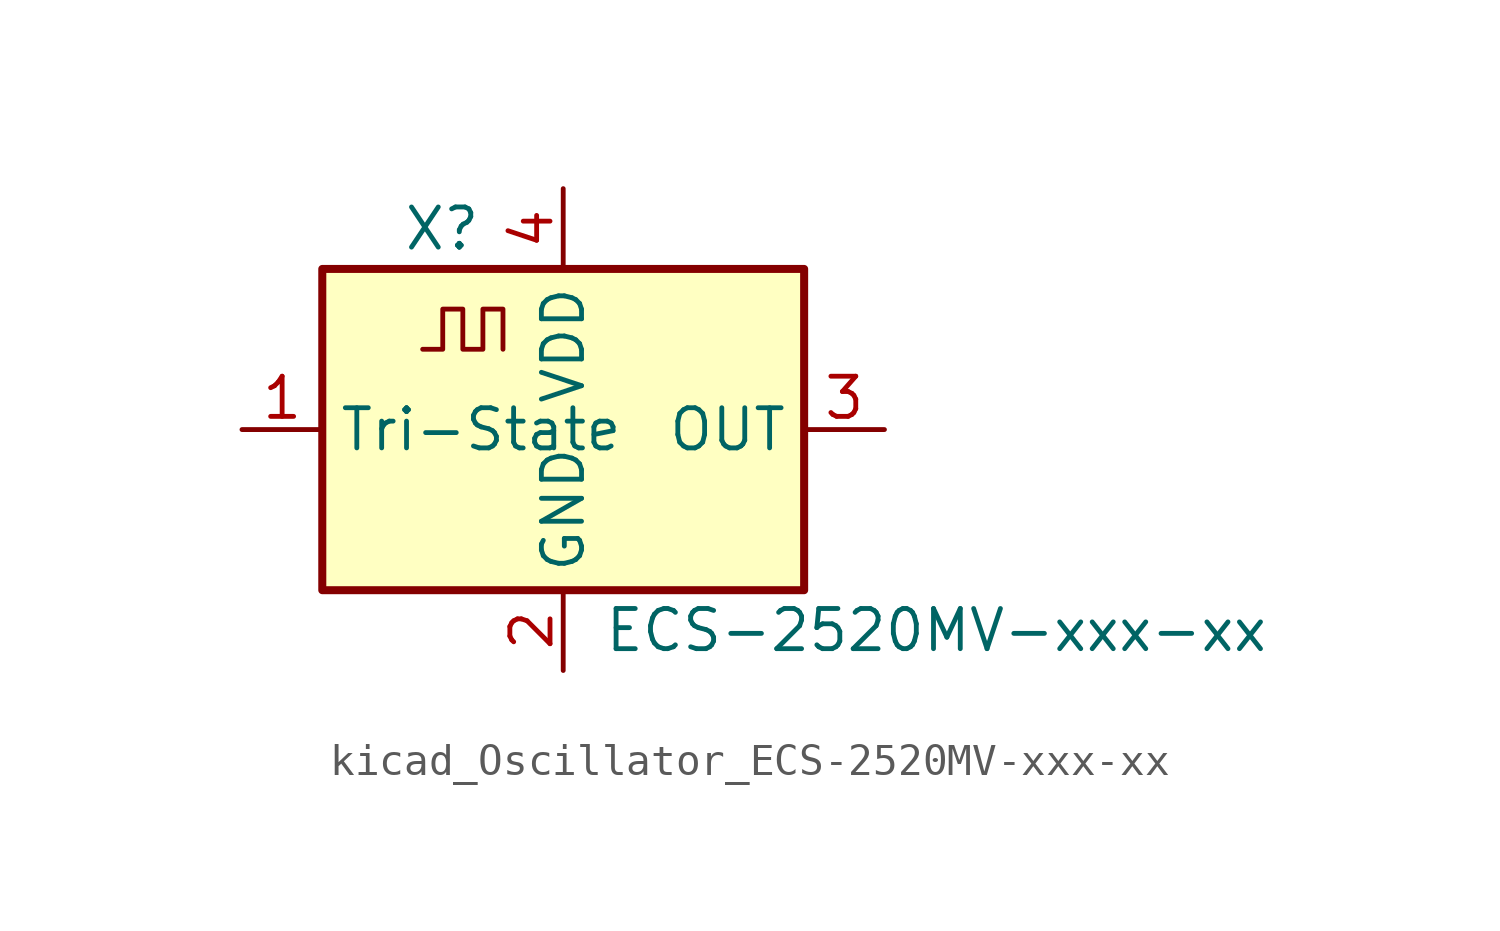
<source format=kicad_sym>
(kicad_symbol_lib
  (version 20220914)
  (generator kicad_symbol_editor)
  (symbol "kicad_Oscillator_ECS-2520MV-xxx-xx"
    (property "Reference" "X"
      (at -5.08 6.35 0)
      (effects (font (size 1.27 1.27)) (justify left)))
    (property "Value" "ECS-2520MV-xxx-xx"
      (at 1.27 -6.35 0)
      (effects (font (size 1.27 1.27)) (justify left)))
    (symbol "kicad_Oscillator_ECS-2520MV-xxx-xx_0_1"
      (rectangle (start -7.62 5.08) (end 7.62 -5.08) (stroke (width 0.254) (type default)) (fill (type background)))
      (polyline (pts (xy -4.445 2.54) (xy -3.81 2.54) (xy -3.81 3.81) (xy -3.175 3.81) (xy -3.175 2.54) (xy -2.54 2.54) (xy -2.54 3.81) (xy -1.905 3.81) (xy -1.905 2.54)) (stroke (width 0) (type default)) (fill (type none))))
    (symbol "kicad_Oscillator_ECS-2520MV-xxx-xx_1_1"
      (pin input line (at -10.16 0 0) (length 2.54) (name "Tri-State" (effects (font (size 1.27 1.27)))) (number "1" (effects (font (size 1.27 1.27)))))
      (pin power_in line (at 0 -7.62 90) (length 2.54) (name "GND" (effects (font (size 1.27 1.27)))) (number "2" (effects (font (size 1.27 1.27)))))
      (pin output line (at 10.16 0 180) (length 2.54) (name "OUT" (effects (font (size 1.27 1.27)))) (number "3" (effects (font (size 1.27 1.27)))))
      (pin power_in line (at 0 7.62 270) (length 2.54) (name "VDD" (effects (font (size 1.27 1.27)))) (number "4" (effects (font (size 1.27 1.27))))))))
</source>
